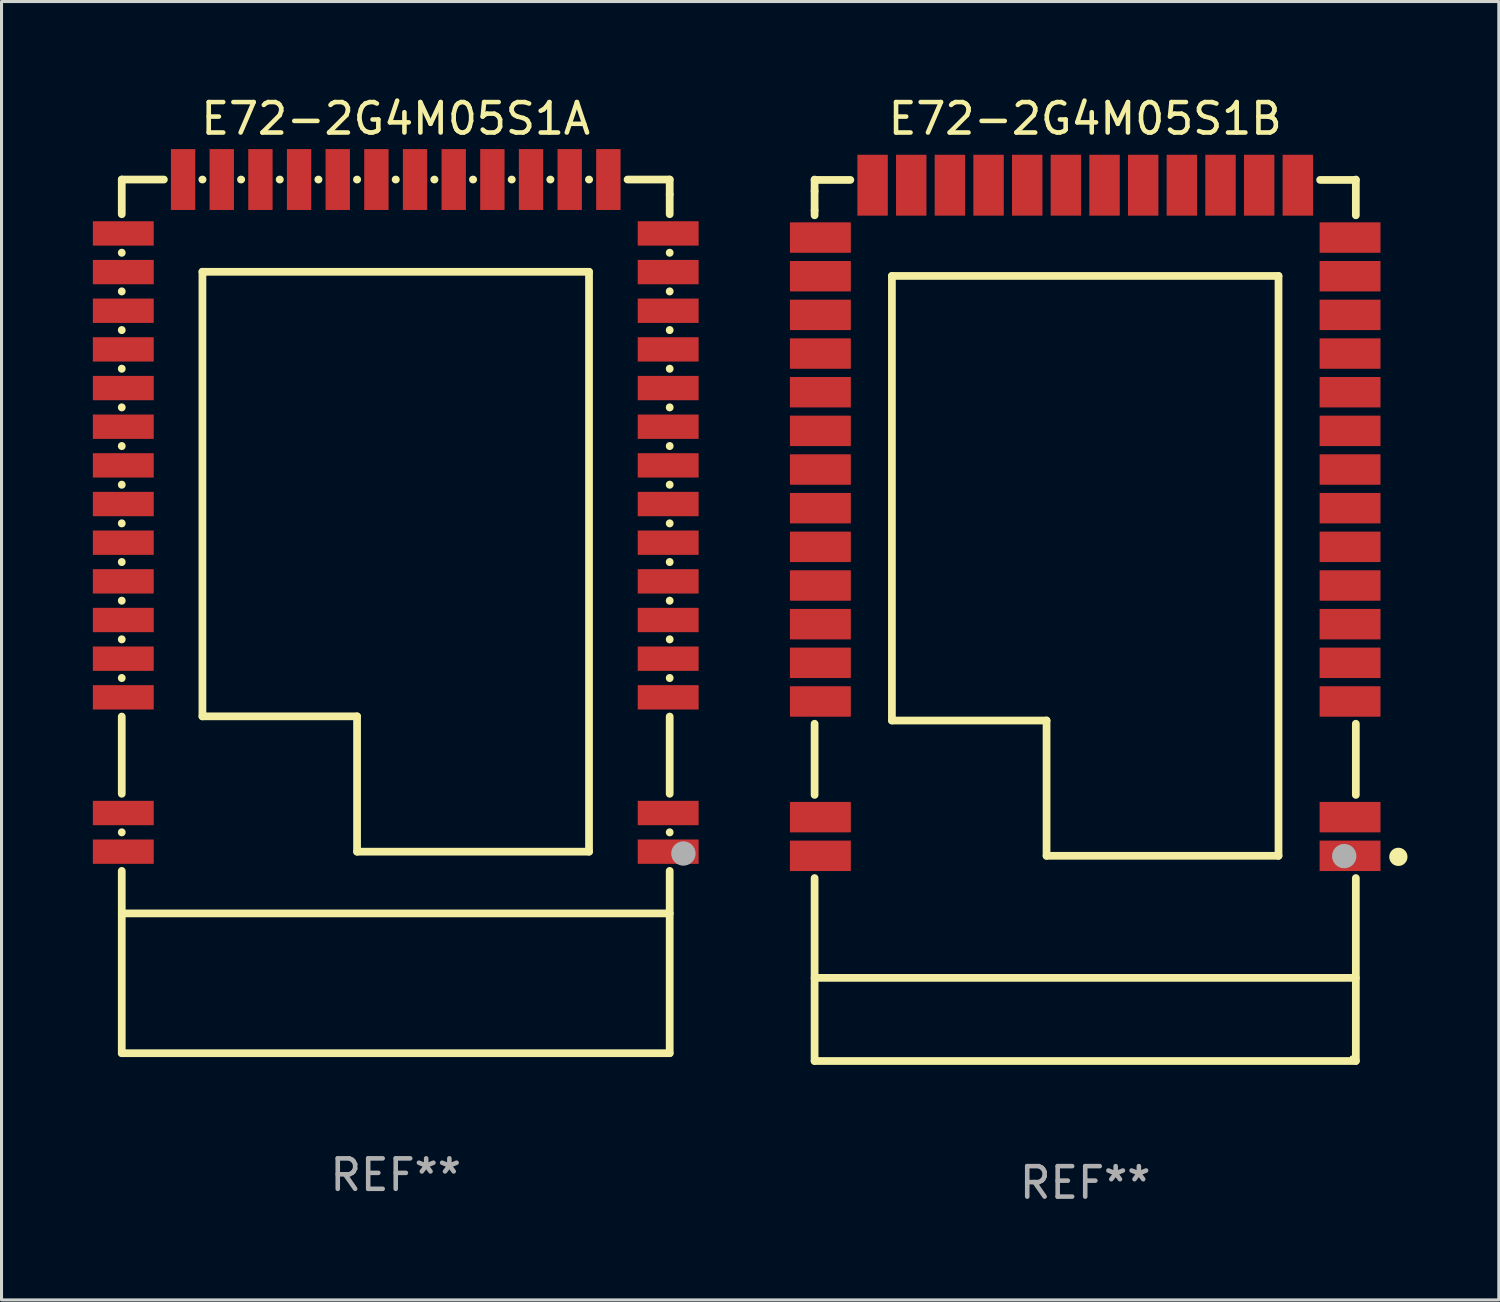
<source format=kicad_pcb>
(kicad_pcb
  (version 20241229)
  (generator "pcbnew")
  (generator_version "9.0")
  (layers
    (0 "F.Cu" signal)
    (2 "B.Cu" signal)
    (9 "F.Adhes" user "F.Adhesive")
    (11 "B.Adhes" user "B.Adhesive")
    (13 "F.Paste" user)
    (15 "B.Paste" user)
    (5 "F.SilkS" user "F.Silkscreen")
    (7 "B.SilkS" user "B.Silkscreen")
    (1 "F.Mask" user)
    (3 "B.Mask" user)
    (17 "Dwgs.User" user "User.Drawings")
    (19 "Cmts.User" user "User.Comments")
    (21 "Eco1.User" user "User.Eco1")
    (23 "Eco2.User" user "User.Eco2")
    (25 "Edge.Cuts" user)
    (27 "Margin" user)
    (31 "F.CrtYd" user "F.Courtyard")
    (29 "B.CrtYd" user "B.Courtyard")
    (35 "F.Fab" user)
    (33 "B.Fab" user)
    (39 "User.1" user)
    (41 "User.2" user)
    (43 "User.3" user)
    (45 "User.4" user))
  (footprint "E72-2G4M05S1A"
    (layer "F.Cu")
    (at 9.95 17.198)
    (property "Reference" "E72-2G4M05S1A" (at 0 -16.35 0) (layer "F.SilkS") (effects (font (size 1 1) (thickness 0.15))))
    (attr through_hole)
    (fp_line (start -9 -14.35) (end -9 -13.211) (stroke (width 0.254) (type solid)) (layer "F.SilkS"))
    (fp_line (start -9 -14.35) (end -7.616 -14.35) (stroke (width 0.254) (type solid)) (layer "F.SilkS"))
    (fp_line (start -9 -11.949) (end -9 -11.941) (stroke (width 0.254) (type solid)) (layer "F.SilkS"))
    (fp_line (start -9 -10.679) (end -9 -10.671) (stroke (width 0.254) (type solid)) (layer "F.SilkS"))
    (fp_line (start -9 -9.409) (end -9 -9.401) (stroke (width 0.254) (type solid)) (layer "F.SilkS"))
    (fp_line (start -9 -8.139) (end -9 -8.131) (stroke (width 0.254) (type solid)) (layer "F.SilkS"))
    (fp_line (start -9 -6.869) (end -9 -6.861) (stroke (width 0.254) (type solid)) (layer "F.SilkS"))
    (fp_line (start -9 -5.599) (end -9 -5.591) (stroke (width 0.254) (type solid)) (layer "F.SilkS"))
    (fp_line (start -9 -4.329) (end -9 -4.321) (stroke (width 0.254) (type solid)) (layer "F.SilkS"))
    (fp_line (start -9 -3.059) (end -9 -3.051) (stroke (width 0.254) (type solid)) (layer "F.SilkS"))
    (fp_line (start -9 -1.789) (end -9 -1.781) (stroke (width 0.254) (type solid)) (layer "F.SilkS"))
    (fp_line (start -9 -0.519) (end -9 -0.511) (stroke (width 0.254) (type solid)) (layer "F.SilkS"))
    (fp_line (start -9 0.751) (end -9 0.759) (stroke (width 0.254) (type solid)) (layer "F.SilkS"))
    (fp_line (start -9 2.021) (end -9 2.029) (stroke (width 0.254) (type solid)) (layer "F.SilkS"))
    (fp_line (start -9 3.291) (end -9 5.829) (stroke (width 0.254) (type solid)) (layer "F.SilkS"))
    (fp_line (start -9 7.091) (end -9 7.099) (stroke (width 0.254) (type solid)) (layer "F.SilkS"))
    (fp_line (start -9 8.361) (end -9 14.35) (stroke (width 0.254) (type solid)) (layer "F.SilkS"))
    (fp_line (start -9 9.757) (end 9 9.757) (stroke (width 0.254) (type solid)) (layer "F.SilkS"))
    (fp_line (start -6.354 -14.35) (end -6.346 -14.35) (stroke (width 0.254) (type solid)) (layer "F.SilkS"))
    (fp_line (start -6.35 -11.32) (end 6.35 -11.32) (stroke (width 0.254) (type solid)) (layer "F.SilkS"))
    (fp_line (start -6.35 3.285) (end -6.35 -11.32) (stroke (width 0.254) (type solid)) (layer "F.SilkS"))
    (fp_line (start -5.084 -14.35) (end -5.076 -14.35) (stroke (width 0.254) (type solid)) (layer "F.SilkS"))
    (fp_line (start -3.814 -14.35) (end -3.806 -14.35) (stroke (width 0.254) (type solid)) (layer "F.SilkS"))
    (fp_line (start -2.544 -14.35) (end -2.536 -14.35) (stroke (width 0.254) (type solid)) (layer "F.SilkS"))
    (fp_line (start -1.274 -14.35) (end -1.266 -14.35) (stroke (width 0.254) (type solid)) (layer "F.SilkS"))
    (fp_line (start -1.27 3.285) (end -6.35 3.285) (stroke (width 0.254) (type solid)) (layer "F.SilkS"))
    (fp_line (start -1.27 7.73) (end -1.27 3.285) (stroke (width 0.254) (type solid)) (layer "F.SilkS"))
    (fp_line (start -0.004 -14.35) (end 0.004 -14.35) (stroke (width 0.254) (type solid)) (layer "F.SilkS"))
    (fp_line (start 1.266 -14.35) (end 1.274 -14.35) (stroke (width 0.254) (type solid)) (layer "F.SilkS"))
    (fp_line (start 2.536 -14.35) (end 2.544 -14.35) (stroke (width 0.254) (type solid)) (layer "F.SilkS"))
    (fp_line (start 3.806 -14.35) (end 3.814 -14.35) (stroke (width 0.254) (type solid)) (layer "F.SilkS"))
    (fp_line (start 5.076 -14.35) (end 5.084 -14.35) (stroke (width 0.254) (type solid)) (layer "F.SilkS"))
    (fp_line (start 6.346 -14.35) (end 6.354 -14.35) (stroke (width 0.254) (type solid)) (layer "F.SilkS"))
    (fp_line (start 6.35 -11.32) (end 6.35 7.73) (stroke (width 0.254) (type solid)) (layer "F.SilkS"))
    (fp_line (start 6.35 7.73) (end -1.27 7.73) (stroke (width 0.254) (type solid)) (layer "F.SilkS"))
    (fp_line (start 7.616 -14.35) (end 9 -14.35) (stroke (width 0.254) (type solid)) (layer "F.SilkS"))
    (fp_line (start 9 -13.86) (end 9 -14.35) (stroke (width 0.254) (type solid)) (layer "F.SilkS"))
    (fp_line (start 9 -13.211) (end 9 -13.86) (stroke (width 0.254) (type solid)) (layer "F.SilkS"))
    (fp_line (start 9 -11.941) (end 9 -11.949) (stroke (width 0.254) (type solid)) (layer "F.SilkS"))
    (fp_line (start 9 -10.671) (end 9 -10.679) (stroke (width 0.254) (type solid)) (layer "F.SilkS"))
    (fp_line (start 9 -9.401) (end 9 -9.409) (stroke (width 0.254) (type solid)) (layer "F.SilkS"))
    (fp_line (start 9 -8.131) (end 9 -8.139) (stroke (width 0.254) (type solid)) (layer "F.SilkS"))
    (fp_line (start 9 -6.861) (end 9 -6.869) (stroke (width 0.254) (type solid)) (layer "F.SilkS"))
    (fp_line (start 9 -5.591) (end 9 -5.599) (stroke (width 0.254) (type solid)) (layer "F.SilkS"))
    (fp_line (start 9 -4.321) (end 9 -4.329) (stroke (width 0.254) (type solid)) (layer "F.SilkS"))
    (fp_line (start 9 -3.051) (end 9 -3.059) (stroke (width 0.254) (type solid)) (layer "F.SilkS"))
    (fp_line (start 9 -1.781) (end 9 -1.789) (stroke (width 0.254) (type solid)) (layer "F.SilkS"))
    (fp_line (start 9 -0.511) (end 9 -0.519) (stroke (width 0.254) (type solid)) (layer "F.SilkS"))
    (fp_line (start 9 0.759) (end 9 0.751) (stroke (width 0.254) (type solid)) (layer "F.SilkS"))
    (fp_line (start 9 2.029) (end 9 2.021) (stroke (width 0.254) (type solid)) (layer "F.SilkS"))
    (fp_line (start 9 5.829) (end 9 3.291) (stroke (width 0.254) (type solid)) (layer "F.SilkS"))
    (fp_line (start 9 7.099) (end 9 7.091) (stroke (width 0.254) (type solid)) (layer "F.SilkS"))
    (fp_line (start 9 14.35) (end -9 14.35) (stroke (width 0.254) (type solid)) (layer "F.SilkS"))
    (fp_line (start 9 14.35) (end 9 8.361) (stroke (width 0.254) (type solid)) (layer "F.SilkS"))
    (fp_circle (center 8.75 14.35) (end 8.78 14.35) (stroke (width 0.06) (type solid)) (fill no) (layer "F.SilkS"))
    (fp_circle (center 9.45 7.79) (end 9.65 7.79) (stroke (width 0.4) (type solid)) (fill no) (layer "F.Fab"))
    (fp_text user "REF**" (at 0 18.35 0) (layer "F.Fab") (effects (font (size 1 1) (thickness 0.15))))
    (pad "1" smd rect (at 8.95 7.73 90) (size 0.8 2) (layers "F.Cu" "F.Mask" "F.Paste"))
    (pad "2" smd rect (at 8.95 6.46 90) (size 0.8 2) (layers "F.Cu" "F.Mask" "F.Paste"))
    (pad "3" smd rect (at 8.95 2.66 90) (size 0.8 2) (layers "F.Cu" "F.Mask" "F.Paste"))
    (pad "4" smd rect (at 8.95 1.39 90) (size 0.8 2) (layers "F.Cu" "F.Mask" "F.Paste"))
    (pad "5" smd rect (at 8.95 0.12 90) (size 0.8 2) (layers "F.Cu" "F.Mask" "F.Paste"))
    (pad "6" smd rect (at 8.95 -1.15 90) (size 0.8 2) (layers "F.Cu" "F.Mask" "F.Paste"))
    (pad "7" smd rect (at 8.95 -2.42 90) (size 0.8 2) (layers "F.Cu" "F.Mask" "F.Paste"))
    (pad "8" smd rect (at 8.95 -3.69 90) (size 0.8 2) (layers "F.Cu" "F.Mask" "F.Paste"))
    (pad "9" smd rect (at 8.95 -4.96 90) (size 0.8 2) (layers "F.Cu" "F.Mask" "F.Paste"))
    (pad "10" smd rect (at 8.95 -6.23 90) (size 0.8 2) (layers "F.Cu" "F.Mask" "F.Paste"))
    (pad "11" smd rect (at 8.95 -7.5 90) (size 0.8 2) (layers "F.Cu" "F.Mask" "F.Paste"))
    (pad "12" smd rect (at 8.95 -8.77 90) (size 0.8 2) (layers "F.Cu" "F.Mask" "F.Paste"))
    (pad "13" smd rect (at 8.95 -10.04 90) (size 0.8 2) (layers "F.Cu" "F.Mask" "F.Paste"))
    (pad "14" smd rect (at 8.95 -11.31 90) (size 0.8 2) (layers "F.Cu" "F.Mask" "F.Paste"))
    (pad "15" smd rect (at 8.95 -12.58 90) (size 0.8 2) (layers "F.Cu" "F.Mask" "F.Paste"))
    (pad "16" smd rect (at 6.985 -14.35 180) (size 0.8 2) (layers "F.Cu" "F.Mask" "F.Paste"))
    (pad "17" smd rect (at 5.715 -14.35 180) (size 0.8 2) (layers "F.Cu" "F.Mask" "F.Paste"))
    (pad "18" smd rect (at 4.445 -14.35 180) (size 0.8 2) (layers "F.Cu" "F.Mask" "F.Paste"))
    (pad "19" smd rect (at 3.175 -14.35 180) (size 0.8 2) (layers "F.Cu" "F.Mask" "F.Paste"))
    (pad "20" smd rect (at 1.905 -14.35 180) (size 0.8 2) (layers "F.Cu" "F.Mask" "F.Paste"))
    (pad "21" smd rect (at 0.635 -14.35 180) (size 0.8 2) (layers "F.Cu" "F.Mask" "F.Paste"))
    (pad "22" smd rect (at -0.635 -14.35 180) (size 0.8 2) (layers "F.Cu" "F.Mask" "F.Paste"))
    (pad "23" smd rect (at -1.905 -14.35 180) (size 0.8 2) (layers "F.Cu" "F.Mask" "F.Paste"))
    (pad "24" smd rect (at -3.175 -14.35 180) (size 0.8 2) (layers "F.Cu" "F.Mask" "F.Paste"))
    (pad "25" smd rect (at -4.445 -14.35 180) (size 0.8 2) (layers "F.Cu" "F.Mask" "F.Paste"))
    (pad "26" smd rect (at -5.715 -14.35 180) (size 0.8 2) (layers "F.Cu" "F.Mask" "F.Paste"))
    (pad "27" smd rect (at -6.985 -14.35 180) (size 0.8 2) (layers "F.Cu" "F.Mask" "F.Paste"))
    (pad "28" smd rect (at -8.95 -12.58 270) (size 0.8 2) (layers "F.Cu" "F.Mask" "F.Paste"))
    (pad "29" smd rect (at -8.95 -11.31 270) (size 0.8 2) (layers "F.Cu" "F.Mask" "F.Paste"))
    (pad "30" smd rect (at -8.95 -10.04 270) (size 0.8 2) (layers "F.Cu" "F.Mask" "F.Paste"))
    (pad "31" smd rect (at -8.95 -8.77 270) (size 0.8 2) (layers "F.Cu" "F.Mask" "F.Paste"))
    (pad "32" smd rect (at -8.95 -7.5 270) (size 0.8 2) (layers "F.Cu" "F.Mask" "F.Paste"))
    (pad "33" smd rect (at -8.95 -6.23 270) (size 0.8 2) (layers "F.Cu" "F.Mask" "F.Paste"))
    (pad "34" smd rect (at -8.95 -4.96 270) (size 0.8 2) (layers "F.Cu" "F.Mask" "F.Paste"))
    (pad "35" smd rect (at -8.95 -3.69 270) (size 0.8 2) (layers "F.Cu" "F.Mask" "F.Paste"))
    (pad "36" smd rect (at -8.95 -2.42 270) (size 0.8 2) (layers "F.Cu" "F.Mask" "F.Paste"))
    (pad "37" smd rect (at -8.95 -1.15 270) (size 0.8 2) (layers "F.Cu" "F.Mask" "F.Paste"))
    (pad "38" smd rect (at -8.95 0.12 270) (size 0.8 2) (layers "F.Cu" "F.Mask" "F.Paste"))
    (pad "39" smd rect (at -8.95 1.39 270) (size 0.8 2) (layers "F.Cu" "F.Mask" "F.Paste"))
    (pad "40" smd rect (at -8.95 2.66 270) (size 0.8 2) (layers "F.Cu" "F.Mask" "F.Paste"))
    (pad "41" smd rect (at -8.95 6.46 270) (size 0.8 2) (layers "F.Cu" "F.Mask" "F.Paste"))
    (pad "42" smd rect (at -8.95 7.73 270) (size 0.8 2) (layers "F.Cu" "F.Mask" "F.Paste")))
  (footprint "E72-2G4M05S1B"
    (layer "F.Cu")
    (at 32.6 17.326)
    (property "Reference" "E72-2G4M05S1B" (at 0 -16.478 0) (layer "F.SilkS") (effects (font (size 1 1) (thickness 0.15))))
    (attr through_hole)
    (fp_line (start -8.89 -14.466) (end -7.716 -14.466) (stroke (width 0.254) (type solid)) (layer "F.SilkS"))
    (fp_line (start -8.89 -14.097) (end -8.89 -14.478) (stroke (width 0.254) (type solid)) (layer "F.SilkS"))
    (fp_line (start -8.89 -13.462) (end -8.89 -14.097) (stroke (width 0.254) (type solid)) (layer "F.SilkS"))
    (fp_line (start -8.89 -13.462) (end -8.89 -13.303) (stroke (width 0.254) (type solid)) (layer "F.SilkS"))
    (fp_line (start -8.89 3.399) (end -8.89 5.737) (stroke (width 0.254) (type solid)) (layer "F.SilkS"))
    (fp_line (start -8.89 8.469) (end -8.89 14.478) (stroke (width 0.254) (type solid)) (layer "F.SilkS"))
    (fp_line (start -8.89 11.747) (end 8.89 11.747) (stroke (width 0.254) (type solid)) (layer "F.SilkS"))
    (fp_line (start -8.89 14.478) (end 8.89 14.478) (stroke (width 0.254) (type solid)) (layer "F.SilkS"))
    (fp_line (start -6.35 -11.312) (end 6.35 -11.312) (stroke (width 0.254) (type solid)) (layer "F.SilkS"))
    (fp_line (start -6.35 3.293) (end -6.35 -11.312) (stroke (width 0.254) (type solid)) (layer "F.SilkS"))
    (fp_line (start -1.27 3.293) (end -6.35 3.293) (stroke (width 0.254) (type solid)) (layer "F.SilkS"))
    (fp_line (start -1.27 7.738) (end -1.27 3.293) (stroke (width 0.254) (type solid)) (layer "F.SilkS"))
    (fp_line (start 6.35 -11.312) (end 6.35 7.738) (stroke (width 0.254) (type solid)) (layer "F.SilkS"))
    (fp_line (start 6.35 7.738) (end -1.27 7.738) (stroke (width 0.254) (type solid)) (layer "F.SilkS"))
    (fp_line (start 7.716 -14.466) (end 8.89 -14.466) (stroke (width 0.254) (type solid)) (layer "F.SilkS"))
    (fp_line (start 8.89 -13.303) (end 8.89 -14.478) (stroke (width 0.254) (type solid)) (layer "F.SilkS"))
    (fp_line (start 8.89 5.737) (end 8.89 3.399) (stroke (width 0.254) (type solid)) (layer "F.SilkS"))
    (fp_line (start 8.89 14.478) (end 8.89 8.469) (stroke (width 0.254) (type solid)) (layer "F.SilkS"))
    (fp_circle (center 8.75 14.358) (end 8.78 14.358) (stroke (width 0.06) (type solid)) (fill no) (layer "F.SilkS"))
    (fp_circle (center 10.287 7.772) (end 10.437 7.772) (stroke (width 0.3) (type solid)) (fill no) (layer "F.SilkS"))
    (fp_circle (center 8.509 7.747) (end 8.709 7.747) (stroke (width 0.4) (type solid)) (fill no) (layer "F.Fab"))
    (fp_text user "REF**" (at 0 18.478 0) (layer "F.Fab") (effects (font (size 1 1) (thickness 0.15))))
    (pad "1" smd rect (at 8.7 7.738) (size 2 1) (layers "F.Cu" "F.Mask" "F.Paste"))
    (pad "2" smd rect (at 8.7 6.468) (size 2 1) (layers "F.Cu" "F.Mask" "F.Paste"))
    (pad "3" smd rect (at 8.7 2.668) (size 2 1) (layers "F.Cu" "F.Mask" "F.Paste"))
    (pad "4" smd rect (at 8.7 1.398) (size 2 1) (layers "F.Cu" "F.Mask" "F.Paste"))
    (pad "5" smd rect (at 8.7 0.128) (size 2 1) (layers "F.Cu" "F.Mask" "F.Paste"))
    (pad "6" smd rect (at 8.7 -1.142) (size 2 1) (layers "F.Cu" "F.Mask" "F.Paste"))
    (pad "7" smd rect (at 8.7 -2.412) (size 2 1) (layers "F.Cu" "F.Mask" "F.Paste"))
    (pad "8" smd rect (at 8.7 -3.682) (size 2 1) (layers "F.Cu" "F.Mask" "F.Paste"))
    (pad "9" smd rect (at 8.7 -4.952) (size 2 1) (layers "F.Cu" "F.Mask" "F.Paste"))
    (pad "10" smd rect (at 8.7 -6.222) (size 2 1) (layers "F.Cu" "F.Mask" "F.Paste"))
    (pad "11" smd rect (at 8.7 -7.492) (size 2 1) (layers "F.Cu" "F.Mask" "F.Paste"))
    (pad "12" smd rect (at 8.7 -8.762) (size 2 1) (layers "F.Cu" "F.Mask" "F.Paste"))
    (pad "13" smd rect (at 8.7 -10.032) (size 2 1) (layers "F.Cu" "F.Mask" "F.Paste"))
    (pad "14" smd rect (at 8.7 -11.302) (size 2 1) (layers "F.Cu" "F.Mask" "F.Paste"))
    (pad "15" smd rect (at 8.7 -12.572) (size 2 1) (layers "F.Cu" "F.Mask" "F.Paste"))
    (pad "16" smd rect (at 6.985 -14.292) (size 1 2) (layers "F.Cu" "F.Mask" "F.Paste"))
    (pad "17" smd rect (at 5.715 -14.292) (size 1 2) (layers "F.Cu" "F.Mask" "F.Paste"))
    (pad "18" smd rect (at 4.445 -14.292) (size 1 2) (layers "F.Cu" "F.Mask" "F.Paste"))
    (pad "19" smd rect (at 3.175 -14.292) (size 1 2) (layers "F.Cu" "F.Mask" "F.Paste"))
    (pad "20" smd rect (at 1.905 -14.292) (size 1 2) (layers "F.Cu" "F.Mask" "F.Paste"))
    (pad "21" smd rect (at 0.635 -14.292) (size 1 2) (layers "F.Cu" "F.Mask" "F.Paste"))
    (pad "22" smd rect (at -0.635 -14.292) (size 1 2) (layers "F.Cu" "F.Mask" "F.Paste"))
    (pad "23" smd rect (at -1.905 -14.292) (size 1 2) (layers "F.Cu" "F.Mask" "F.Paste"))
    (pad "24" smd rect (at -3.175 -14.292) (size 1 2) (layers "F.Cu" "F.Mask" "F.Paste"))
    (pad "25" smd rect (at -4.445 -14.292) (size 1 2) (layers "F.Cu" "F.Mask" "F.Paste"))
    (pad "26" smd rect (at -5.715 -14.292) (size 1 2) (layers "F.Cu" "F.Mask" "F.Paste"))
    (pad "27" smd rect (at -6.985 -14.292) (size 1 2) (layers "F.Cu" "F.Mask" "F.Paste"))
    (pad "28" smd rect (at -8.7 -12.572) (size 2 1) (layers "F.Cu" "F.Mask" "F.Paste"))
    (pad "29" smd rect (at -8.7 -11.302) (size 2 1) (layers "F.Cu" "F.Mask" "F.Paste"))
    (pad "30" smd rect (at -8.7 -10.032) (size 2 1) (layers "F.Cu" "F.Mask" "F.Paste"))
    (pad "31" smd rect (at -8.7 -8.762) (size 2 1) (layers "F.Cu" "F.Mask" "F.Paste"))
    (pad "32" smd rect (at -8.7 -7.492) (size 2 1) (layers "F.Cu" "F.Mask" "F.Paste"))
    (pad "33" smd rect (at -8.7 -6.222) (size 2 1) (layers "F.Cu" "F.Mask" "F.Paste"))
    (pad "34" smd rect (at -8.7 -4.952) (size 2 1) (layers "F.Cu" "F.Mask" "F.Paste"))
    (pad "35" smd rect (at -8.7 -3.682) (size 2 1) (layers "F.Cu" "F.Mask" "F.Paste"))
    (pad "36" smd rect (at -8.7 -2.412) (size 2 1) (layers "F.Cu" "F.Mask" "F.Paste"))
    (pad "37" smd rect (at -8.7 -1.142) (size 2 1) (layers "F.Cu" "F.Mask" "F.Paste"))
    (pad "38" smd rect (at -8.7 0.128) (size 2 1) (layers "F.Cu" "F.Mask" "F.Paste"))
    (pad "39" smd rect (at -8.7 1.398) (size 2 1) (layers "F.Cu" "F.Mask" "F.Paste"))
    (pad "40" smd rect (at -8.7 2.668) (size 2 1) (layers "F.Cu" "F.Mask" "F.Paste"))
    (pad "41" smd rect (at -8.7 6.468) (size 2 1) (layers "F.Cu" "F.Mask" "F.Paste"))
    (pad "42" smd rect (at -8.7 7.738) (size 2 1) (layers "F.Cu" "F.Mask" "F.Paste")))
  (gr_rect
    (start -3 -3)
    (end 46.187 39.653)
    (stroke (width 0.1) (type default))
    (fill no)
    (layer "Edge.Cuts")))
</source>
